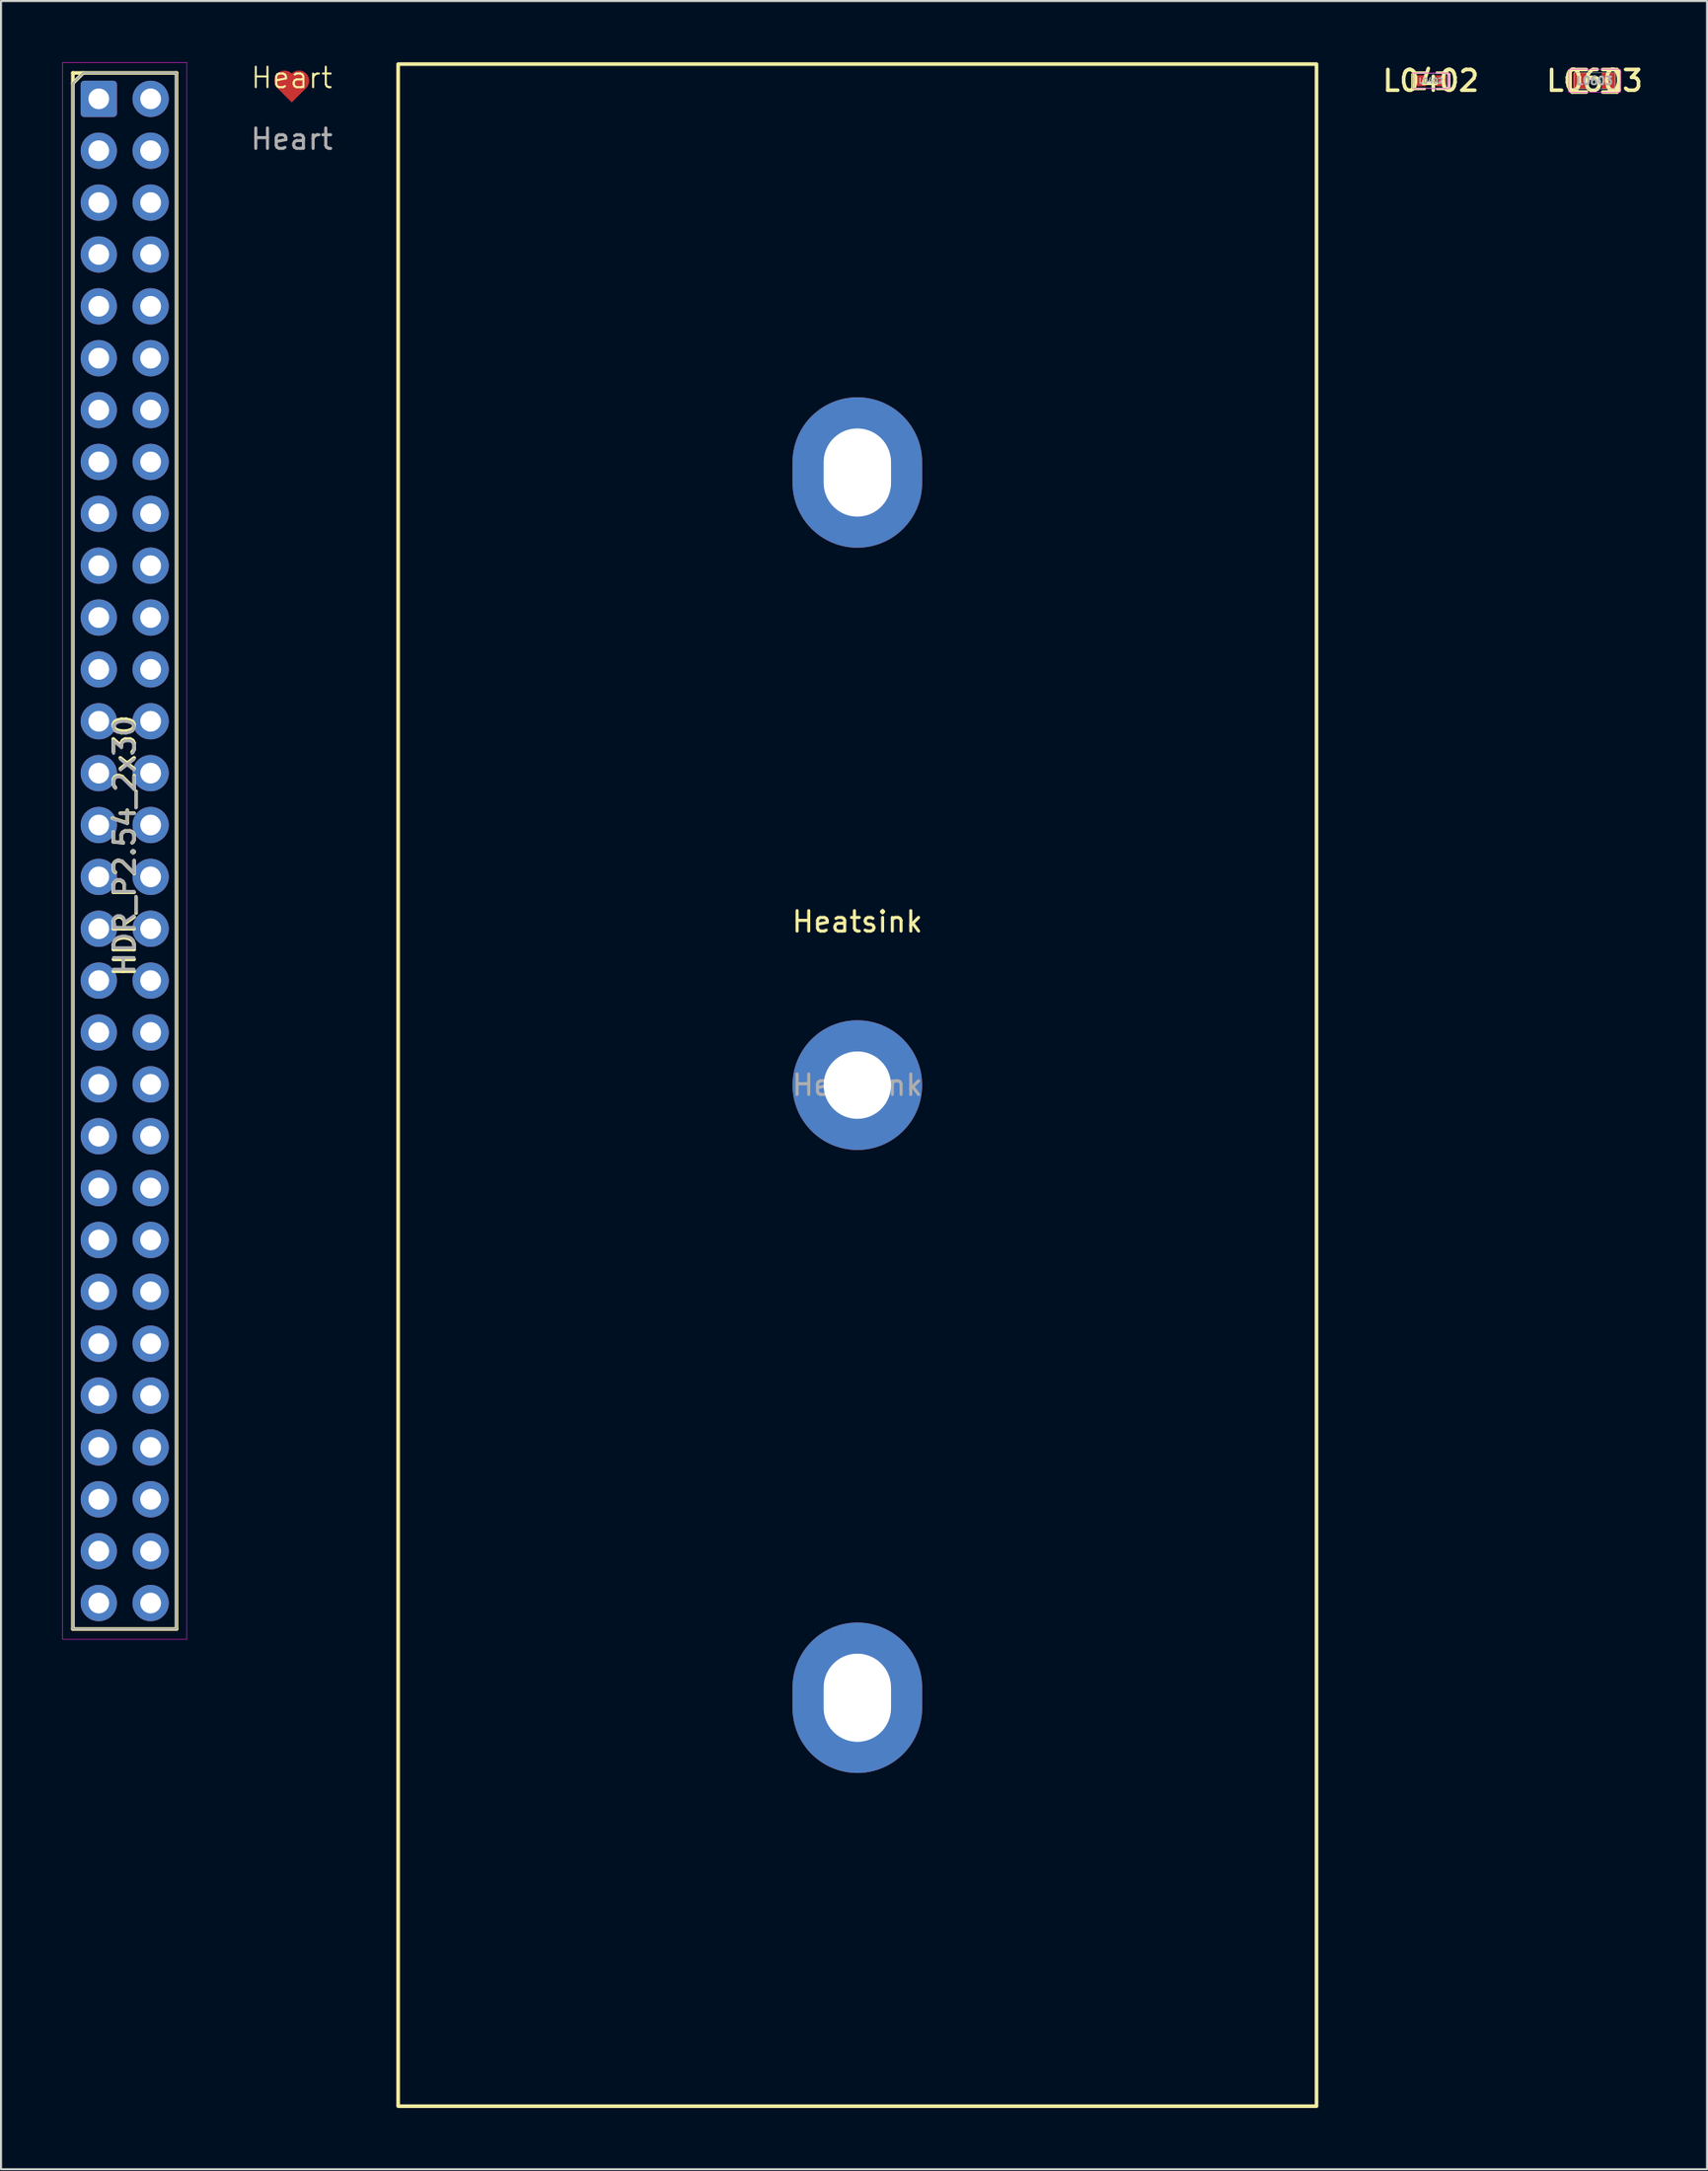
<source format=kicad_pcb>
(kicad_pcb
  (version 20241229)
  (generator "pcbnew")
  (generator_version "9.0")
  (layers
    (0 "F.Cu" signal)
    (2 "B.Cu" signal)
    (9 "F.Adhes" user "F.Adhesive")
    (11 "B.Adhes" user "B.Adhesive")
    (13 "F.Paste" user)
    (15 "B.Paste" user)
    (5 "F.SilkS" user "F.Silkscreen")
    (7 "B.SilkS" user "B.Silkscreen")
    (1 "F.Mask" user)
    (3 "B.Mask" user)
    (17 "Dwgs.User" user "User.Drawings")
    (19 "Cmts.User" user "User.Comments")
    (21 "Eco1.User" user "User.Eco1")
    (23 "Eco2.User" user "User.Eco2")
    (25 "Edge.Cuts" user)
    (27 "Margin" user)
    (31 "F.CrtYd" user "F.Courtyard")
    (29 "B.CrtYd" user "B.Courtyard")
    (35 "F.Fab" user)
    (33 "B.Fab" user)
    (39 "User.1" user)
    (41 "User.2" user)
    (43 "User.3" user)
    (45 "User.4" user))
  (footprint "L0402"
    (layer "F.Cu")
    (at 67.061 0.906)
    (property "Reference" "L0402" (at 0 0 0) (layer "F.SilkS") (effects (font (size 1.016 1.016) (thickness 0.178))))
    (attr smd)
    (fp_line (start -0.9 -0.3) (end -0.8 -0.4) (stroke (width 0.127) (type solid)) (layer "F.SilkS"))
    (fp_line (start -0.9 0.3) (end -0.9 -0.3) (stroke (width 0.127) (type solid)) (layer "F.SilkS"))
    (fp_line (start -0.8 0.4) (end -0.9 0.3) (stroke (width 0.127) (type solid)) (layer "F.SilkS"))
    (fp_line (start -0.8 0.4) (end -0.3 0.4) (stroke (width 0.127) (type solid)) (layer "F.SilkS"))
    (fp_line (start -0.3 -0.4) (end -0.8 -0.4) (stroke (width 0.127) (type solid)) (layer "F.SilkS"))
    (fp_line (start 0.3 -0.4) (end 0.8 -0.4) (stroke (width 0.127) (type solid)) (layer "F.SilkS"))
    (fp_line (start 0.3 0.4) (end 0.8 0.4) (stroke (width 0.127) (type solid)) (layer "F.SilkS"))
    (fp_line (start 0.8 -0.4) (end 0.9 -0.3) (stroke (width 0.127) (type solid)) (layer "F.SilkS"))
    (fp_line (start 0.8 0.4) (end 0.9 0.3) (stroke (width 0.127) (type solid)) (layer "F.SilkS"))
    (fp_line (start 0.9 -0.3) (end 0.9 0.3) (stroke (width 0.127) (type solid)) (layer "F.SilkS"))
    (fp_rect (start -0.889 -0.381) (end 0.889 0.381) (stroke (width 0.025) (type solid)) (fill no) (layer "F.CrtYd"))
    (fp_rect (start -0.8 -0.35) (end 0.8 0.35) (stroke (width 0.025) (type solid)) (fill no) (layer "F.Fab"))
    (fp_text user "${REFERENCE}" (at 0 0 0) (layer "F.Fab") (effects (font (size 0.254 0.254) (thickness 0.064))))
    (pad "1" smd rect (at -0.5 0) (size 0.54 0.54) (layers "F.Cu" "F.Mask" "F.Paste"))
    (pad "2" smd rect (at 0.5 0) (size 0.54 0.54) (layers "F.Cu" "F.Mask" "F.Paste")))
  (footprint "Heatsink"
    (layer "F.Cu")
    (at 38.96 50.089)
    (property "Reference" "Heatsink" (at 0 -8 0) (layer "F.SilkS") (effects (font (size 1 1) (thickness 0.15))))
    (attr through_hole)
    (fp_rect (start -22.5 -50) (end 22.5 50) (stroke (width 0.178) (type solid)) (fill no) (layer "F.SilkS"))
    (fp_text user "${REFERENCE}" (at 0 0 0) (layer "F.Fab") (effects (font (size 1 1) (thickness 0.15))))
    (pad "1" thru_hole oval (at 0 -30) (size 6.35 7.366) (drill oval 3.302 4.318) (layers "*.Cu" "*.Mask"))
    (pad "2" thru_hole circle (at 0 0) (size 6.35 6.35) (drill 3.302) (layers "*.Cu" "*.Mask"))
    (pad "3" thru_hole oval (at 0 30) (size 6.35 7.366) (drill oval 3.302 4.318) (layers "*.Cu" "*.Mask")))
  (footprint "HDR_P2.54_2x30"
    (layer "F.Cu")
    (at 3.061 38.621)
    (property "Reference" "HDR_P2.54_2x30" (at 0 -0.254 90) (layer "F.SilkS") (effects (font (size 1.016 1.016) (thickness 0.178))))
    (attr through_hole)
    (fp_line (start -2.54 -38.1) (end -2.54 38.1) (stroke (width 0.178) (type solid)) (layer "F.SilkS"))
    (fp_line (start -2.54 -38.1) (end 2.54 -38.1) (stroke (width 0.178) (type solid)) (layer "F.SilkS"))
    (fp_line (start -2.54 -37.592) (end -2.032 -38.1) (stroke (width 0.178) (type solid)) (layer "F.SilkS"))
    (fp_line (start -2.54 38.1) (end 2.54 38.1) (stroke (width 0.178) (type solid)) (layer "F.SilkS"))
    (fp_line (start 2.54 -38.1) (end 2.54 38.1) (stroke (width 0.178) (type solid)) (layer "F.SilkS"))
    (fp_rect (start -3.048 -38.608) (end 3.048 38.608) (stroke (width 0.025) (type solid)) (fill no) (layer "F.CrtYd"))
    (fp_line (start -2.54 -37.592) (end -2.032 -38.1) (stroke (width 0.1) (type solid)) (layer "F.Fab"))
    (fp_line (start -2.54 38.1) (end -2.54 -37.592) (stroke (width 0.1) (type solid)) (layer "F.Fab"))
    (fp_line (start -2.032 -38.1) (end 2.54 -38.1) (stroke (width 0.1) (type solid)) (layer "F.Fab"))
    (fp_line (start 2.54 -38.1) (end 2.54 38.1) (stroke (width 0.1) (type solid)) (layer "F.Fab"))
    (fp_line (start 2.54 38.1) (end -2.54 38.1) (stroke (width 0.1) (type solid)) (layer "F.Fab"))
    (fp_text user "${REFERENCE}" (at 0 -0.254 90) (layer "F.Fab") (effects (font (size 1 1) (thickness 0.15))))
    (pad "1" thru_hole roundrect (at -1.27 -36.83) (size 1.778 1.778) (drill 1.016) (layers "*.Cu" "*.Mask") (roundrect_rratio 0.1))
    (pad "2" thru_hole oval (at 1.27 -36.83) (size 1.778 1.778) (drill 1.016) (layers "*.Cu" "*.Mask"))
    (pad "3" thru_hole oval (at -1.27 -34.29) (size 1.778 1.778) (drill 1.016) (layers "*.Cu" "*.Mask"))
    (pad "4" thru_hole oval (at 1.27 -34.29) (size 1.778 1.778) (drill 1.016) (layers "*.Cu" "*.Mask"))
    (pad "5" thru_hole oval (at -1.27 -31.75) (size 1.778 1.778) (drill 1.016) (layers "*.Cu" "*.Mask"))
    (pad "6" thru_hole oval (at 1.27 -31.75) (size 1.778 1.778) (drill 1.016) (layers "*.Cu" "*.Mask"))
    (pad "7" thru_hole oval (at -1.27 -29.21) (size 1.778 1.778) (drill 1.016) (layers "*.Cu" "*.Mask"))
    (pad "8" thru_hole oval (at 1.27 -29.21) (size 1.778 1.778) (drill 1.016) (layers "*.Cu" "*.Mask"))
    (pad "9" thru_hole oval (at -1.27 -26.67) (size 1.778 1.778) (drill 1.016) (layers "*.Cu" "*.Mask"))
    (pad "10" thru_hole oval (at 1.27 -26.67) (size 1.778 1.778) (drill 1.016) (layers "*.Cu" "*.Mask"))
    (pad "11" thru_hole oval (at -1.27 -24.13) (size 1.778 1.778) (drill 1.016) (layers "*.Cu" "*.Mask"))
    (pad "12" thru_hole oval (at 1.27 -24.13) (size 1.778 1.778) (drill 1.016) (layers "*.Cu" "*.Mask"))
    (pad "13" thru_hole oval (at -1.27 -21.59) (size 1.778 1.778) (drill 1.016) (layers "*.Cu" "*.Mask"))
    (pad "14" thru_hole oval (at 1.27 -21.59) (size 1.778 1.778) (drill 1.016) (layers "*.Cu" "*.Mask"))
    (pad "15" thru_hole oval (at -1.27 -19.05) (size 1.778 1.778) (drill 1.016) (layers "*.Cu" "*.Mask"))
    (pad "16" thru_hole oval (at 1.27 -19.05) (size 1.778 1.778) (drill 1.016) (layers "*.Cu" "*.Mask"))
    (pad "17" thru_hole oval (at -1.27 -16.51) (size 1.778 1.778) (drill 1.016) (layers "*.Cu" "*.Mask"))
    (pad "18" thru_hole oval (at 1.27 -16.51) (size 1.778 1.778) (drill 1.016) (layers "*.Cu" "*.Mask"))
    (pad "19" thru_hole oval (at -1.27 -13.97) (size 1.778 1.778) (drill 1.016) (layers "*.Cu" "*.Mask"))
    (pad "20" thru_hole oval (at 1.27 -13.97) (size 1.778 1.778) (drill 1.016) (layers "*.Cu" "*.Mask"))
    (pad "21" thru_hole oval (at -1.27 -11.43) (size 1.778 1.778) (drill 1.016) (layers "*.Cu" "*.Mask"))
    (pad "22" thru_hole oval (at 1.27 -11.43) (size 1.778 1.778) (drill 1.016) (layers "*.Cu" "*.Mask"))
    (pad "23" thru_hole oval (at -1.27 -8.89) (size 1.778 1.778) (drill 1.016) (layers "*.Cu" "*.Mask"))
    (pad "24" thru_hole oval (at 1.27 -8.89) (size 1.778 1.778) (drill 1.016) (layers "*.Cu" "*.Mask"))
    (pad "25" thru_hole oval (at -1.27 -6.35) (size 1.778 1.778) (drill 1.016) (layers "*.Cu" "*.Mask"))
    (pad "26" thru_hole oval (at 1.27 -6.35) (size 1.778 1.778) (drill 1.016) (layers "*.Cu" "*.Mask"))
    (pad "27" thru_hole oval (at -1.27 -3.81) (size 1.778 1.778) (drill 1.016) (layers "*.Cu" "*.Mask"))
    (pad "28" thru_hole oval (at 1.27 -3.81) (size 1.778 1.778) (drill 1.016) (layers "*.Cu" "*.Mask"))
    (pad "29" thru_hole oval (at -1.27 -1.27) (size 1.778 1.778) (drill 1.016) (layers "*.Cu" "*.Mask"))
    (pad "30" thru_hole oval (at 1.27 -1.27) (size 1.778 1.778) (drill 1.016) (layers "*.Cu" "*.Mask"))
    (pad "31" thru_hole oval (at -1.27 1.27) (size 1.778 1.778) (drill 1.016) (layers "*.Cu" "*.Mask"))
    (pad "32" thru_hole oval (at 1.27 1.27) (size 1.778 1.778) (drill 1.016) (layers "*.Cu" "*.Mask"))
    (pad "33" thru_hole oval (at -1.27 3.81) (size 1.778 1.778) (drill 1.016) (layers "*.Cu" "*.Mask"))
    (pad "34" thru_hole oval (at 1.27 3.81) (size 1.778 1.778) (drill 1.016) (layers "*.Cu" "*.Mask"))
    (pad "35" thru_hole oval (at -1.27 6.35) (size 1.778 1.778) (drill 1.016) (layers "*.Cu" "*.Mask"))
    (pad "36" thru_hole oval (at 1.27 6.35) (size 1.778 1.778) (drill 1.016) (layers "*.Cu" "*.Mask"))
    (pad "37" thru_hole oval (at -1.27 8.89) (size 1.778 1.778) (drill 1.016) (layers "*.Cu" "*.Mask"))
    (pad "38" thru_hole oval (at 1.27 8.89) (size 1.778 1.778) (drill 1.016) (layers "*.Cu" "*.Mask"))
    (pad "39" thru_hole oval (at -1.27 11.43) (size 1.778 1.778) (drill 1.016) (layers "*.Cu" "*.Mask"))
    (pad "40" thru_hole oval (at 1.27 11.43) (size 1.778 1.778) (drill 1.016) (layers "*.Cu" "*.Mask"))
    (pad "41" thru_hole oval (at -1.27 13.97) (size 1.778 1.778) (drill 1.016) (layers "*.Cu" "*.Mask"))
    (pad "42" thru_hole oval (at 1.27 13.97) (size 1.778 1.778) (drill 1.016) (layers "*.Cu" "*.Mask"))
    (pad "43" thru_hole oval (at -1.27 16.51) (size 1.778 1.778) (drill 1.016) (layers "*.Cu" "*.Mask"))
    (pad "44" thru_hole oval (at 1.27 16.51) (size 1.778 1.778) (drill 1.016) (layers "*.Cu" "*.Mask"))
    (pad "45" thru_hole oval (at -1.27 19.05) (size 1.778 1.778) (drill 1.016) (layers "*.Cu" "*.Mask"))
    (pad "46" thru_hole oval (at 1.27 19.05) (size 1.778 1.778) (drill 1.016) (layers "*.Cu" "*.Mask"))
    (pad "47" thru_hole oval (at -1.27 21.59) (size 1.778 1.778) (drill 1.016) (layers "*.Cu" "*.Mask"))
    (pad "48" thru_hole oval (at 1.27 21.59) (size 1.778 1.778) (drill 1.016) (layers "*.Cu" "*.Mask"))
    (pad "49" thru_hole oval (at -1.27 24.13) (size 1.778 1.778) (drill 1.016) (layers "*.Cu" "*.Mask"))
    (pad "50" thru_hole oval (at 1.27 24.13) (size 1.778 1.778) (drill 1.016) (layers "*.Cu" "*.Mask"))
    (pad "51" thru_hole oval (at -1.27 26.67) (size 1.778 1.778) (drill 1.016) (layers "*.Cu" "*.Mask"))
    (pad "52" thru_hole oval (at 1.27 26.67) (size 1.778 1.778) (drill 1.016) (layers "*.Cu" "*.Mask"))
    (pad "53" thru_hole oval (at -1.27 29.21) (size 1.778 1.778) (drill 1.016) (layers "*.Cu" "*.Mask"))
    (pad "54" thru_hole oval (at 1.27 29.21) (size 1.778 1.778) (drill 1.016) (layers "*.Cu" "*.Mask"))
    (pad "55" thru_hole oval (at -1.27 31.75) (size 1.778 1.778) (drill 1.016) (layers "*.Cu" "*.Mask"))
    (pad "56" thru_hole oval (at 1.27 31.75) (size 1.778 1.778) (drill 1.016) (layers "*.Cu" "*.Mask"))
    (pad "57" thru_hole oval (at -1.27 34.29) (size 1.778 1.778) (drill 1.016) (layers "*.Cu" "*.Mask"))
    (pad "58" thru_hole oval (at 1.27 34.29) (size 1.778 1.778) (drill 1.016) (layers "*.Cu" "*.Mask"))
    (pad "59" thru_hole oval (at -1.27 36.83) (size 1.778 1.778) (drill 1.016) (layers "*.Cu" "*.Mask"))
    (pad "60" thru_hole oval (at 1.27 36.83) (size 1.778 1.778) (drill 1.016) (layers "*.Cu" "*.Mask")))
  (footprint "Heart"
    (layer "F.Cu")
    (at 11.246 1.26)
    (property "Reference" "Heart" (at 0 -0.5 0) (unlocked yes) (layer "F.SilkS") (effects (font (size 1 1) (thickness 0.1))))
    (attr smd)
    (fp_text user "${REFERENCE}" (at 0 2.5 0) (unlocked yes) (layer "F.Fab") (effects (font (size 1 1) (thickness 0.15))))
    (pad "1" smd circle (at -0.354 -0.354) (size 1 1) (layers "F.Cu" "F.Mask"))
    (pad "1" smd rect (at 0 0 45) (size 1 1) (layers "F.Cu" "F.Mask"))
    (pad "1" smd circle (at 0.354 -0.354) (size 1 1) (layers "F.Cu" "F.Mask")))
  (footprint "L0603"
    (layer "F.Cu")
    (at 75.084 0.906)
    (property "Reference" "L0603" (at 0 0 0) (layer "F.SilkS") (effects (font (size 1.016 1.016) (thickness 0.178))))
    (attr smd)
    (fp_line (start -1.2 -0.45) (end -1.2 0.45) (stroke (width 0.178) (type solid)) (layer "F.SilkS"))
    (fp_line (start -1.2 -0.45) (end -1.1 -0.55) (stroke (width 0.178) (type solid)) (layer "F.SilkS"))
    (fp_line (start -1.1 0.55) (end -1.2 0.45) (stroke (width 0.178) (type solid)) (layer "F.SilkS"))
    (fp_line (start -1.1 0.55) (end -0.4 0.55) (stroke (width 0.178) (type solid)) (layer "F.SilkS"))
    (fp_line (start -0.4 -0.55) (end -1.1 -0.55) (stroke (width 0.178) (type solid)) (layer "F.SilkS"))
    (fp_line (start 0.4 0.55) (end 1.1 0.55) (stroke (width 0.178) (type solid)) (layer "F.SilkS"))
    (fp_line (start 1.1 -0.55) (end 0.4 -0.55) (stroke (width 0.178) (type solid)) (layer "F.SilkS"))
    (fp_line (start 1.2 -0.45) (end 1.1 -0.55) (stroke (width 0.178) (type solid)) (layer "F.SilkS"))
    (fp_line (start 1.2 0.45) (end 1.1 0.55) (stroke (width 0.178) (type solid)) (layer "F.SilkS"))
    (fp_line (start 1.2 0.45) (end 1.2 -0.45) (stroke (width 0.178) (type solid)) (layer "F.SilkS"))
    (fp_rect (start -1.27 -0.572) (end 1.27 0.572) (stroke (width 0.025) (type solid)) (fill no) (layer "F.CrtYd"))
    (fp_rect (start -1 -0.4) (end 1 0.4) (stroke (width 0.025) (type solid)) (fill no) (layer "F.Fab"))
    (fp_text user "${REFERENCE}" (at 0 0 0) (layer "F.Fab") (effects (font (size 0.381 0.381) (thickness 0.095))))
    (pad "1" smd rect (at -0.7 0) (size 0.7 0.8) (layers "F.Cu" "F.Mask" "F.Paste"))
    (pad "2" smd rect (at 0.7 0) (size 0.7 0.8) (layers "F.Cu" "F.Mask" "F.Paste"))
    (zone (net_name "") (layer "F.Cu") (hatch edge 0.5) (connect_pads) (min_thickness 0.25) (filled_areas_thickness no) (keepout (tracks allowed) (vias allowed) (pads allowed) (copperpour not_allowed) (footprints allowed)) (placement (enabled no)) (fill) (polygon (pts (xy 74.884 0.406) (xy 74.884 1.406) (xy 75.284 1.406) (xy 75.284 0.406)))))
  (gr_rect
    (start -3 -3)
    (end 80.596 103.178)
    (stroke (width 0.1) (type default))
    (fill no)
    (layer "Edge.Cuts")))
</source>
